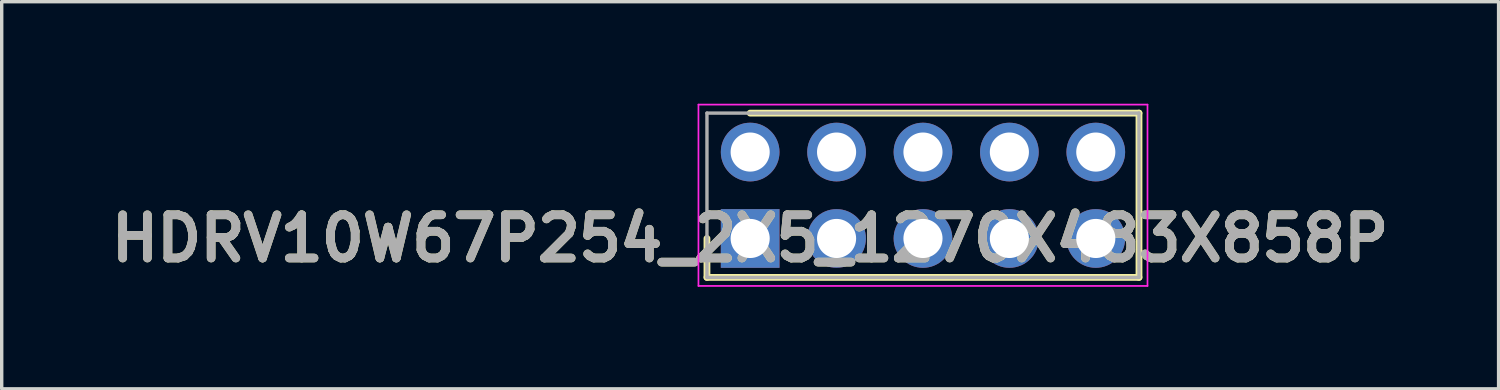
<source format=kicad_pcb>
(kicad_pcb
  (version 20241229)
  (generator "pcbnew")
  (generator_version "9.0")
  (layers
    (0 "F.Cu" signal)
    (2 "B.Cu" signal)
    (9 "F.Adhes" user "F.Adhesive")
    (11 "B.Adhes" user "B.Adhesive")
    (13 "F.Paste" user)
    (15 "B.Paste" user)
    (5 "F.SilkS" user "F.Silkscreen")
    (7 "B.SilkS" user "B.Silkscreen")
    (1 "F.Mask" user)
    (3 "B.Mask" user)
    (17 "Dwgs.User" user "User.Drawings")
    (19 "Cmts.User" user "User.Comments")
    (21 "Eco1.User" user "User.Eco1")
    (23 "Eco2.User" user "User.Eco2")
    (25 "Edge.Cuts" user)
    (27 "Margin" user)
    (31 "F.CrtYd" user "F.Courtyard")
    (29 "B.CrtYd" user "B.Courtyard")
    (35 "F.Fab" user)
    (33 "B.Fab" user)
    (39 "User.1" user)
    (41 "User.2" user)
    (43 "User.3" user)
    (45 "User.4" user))
  (footprint "HDRV10W67P254_2X5_1270X483X858P"
    (layer "F.Cu")
    (at 19.002 3.96)
    (property "Reference" "HDRV10W67P254_2X5_1270X483X858P" (at 0 0 0) (layer "F.SilkS") (effects (font (size 1.27 1.27) (thickness 0.254))))
    (attr through_hole)
    (fp_line (start -1.27 0) (end -1.27 1.145) (stroke (width 0.2) (type solid)) (layer "F.SilkS"))
    (fp_line (start -1.27 1.145) (end 11.43 1.145) (stroke (width 0.2) (type solid)) (layer "F.SilkS"))
    (fp_line (start 11.43 -3.685) (end 0 -3.685) (stroke (width 0.2) (type solid)) (layer "F.SilkS"))
    (fp_line (start 11.43 1.145) (end 11.43 -3.685) (stroke (width 0.2) (type solid)) (layer "F.SilkS"))
    (fp_line (start -1.52 -3.935) (end 11.68 -3.935) (stroke (width 0.05) (type solid)) (layer "F.CrtYd"))
    (fp_line (start -1.52 1.395) (end -1.52 -3.935) (stroke (width 0.05) (type solid)) (layer "F.CrtYd"))
    (fp_line (start 11.68 -3.935) (end 11.68 1.395) (stroke (width 0.05) (type solid)) (layer "F.CrtYd"))
    (fp_line (start 11.68 1.395) (end -1.52 1.395) (stroke (width 0.05) (type solid)) (layer "F.CrtYd"))
    (fp_line (start -1.27 -3.685) (end 11.43 -3.685) (stroke (width 0.1) (type solid)) (layer "F.Fab"))
    (fp_line (start -1.27 1.145) (end -1.27 -3.685) (stroke (width 0.1) (type solid)) (layer "F.Fab"))
    (fp_line (start 11.43 -3.685) (end 11.43 1.145) (stroke (width 0.1) (type solid)) (layer "F.Fab"))
    (fp_line (start 11.43 1.145) (end -1.27 1.145) (stroke (width 0.1) (type solid)) (layer "F.Fab"))
    (fp_text user "${REFERENCE}" (at 0 0 0) (layer "F.Fab") (effects (font (size 1.27 1.27) (thickness 0.254))))
    (pad "1" thru_hole rect (at 0 0) (size 1.725 1.725) (drill 1.15) (layers "*.Cu" "*.Mask"))
    (pad "2" thru_hole circle (at 0 -2.54) (size 1.725 1.725) (drill 1.15) (layers "*.Cu" "*.Mask"))
    (pad "3" thru_hole circle (at 2.54 0) (size 1.725 1.725) (drill 1.15) (layers "*.Cu" "*.Mask"))
    (pad "4" thru_hole circle (at 2.54 -2.54) (size 1.725 1.725) (drill 1.15) (layers "*.Cu" "*.Mask"))
    (pad "5" thru_hole circle (at 5.08 0) (size 1.725 1.725) (drill 1.15) (layers "*.Cu" "*.Mask"))
    (pad "6" thru_hole circle (at 5.08 -2.54) (size 1.725 1.725) (drill 1.15) (layers "*.Cu" "*.Mask"))
    (pad "7" thru_hole circle (at 7.62 0) (size 1.725 1.725) (drill 1.15) (layers "*.Cu" "*.Mask"))
    (pad "8" thru_hole circle (at 7.62 -2.54) (size 1.725 1.725) (drill 1.15) (layers "*.Cu" "*.Mask"))
    (pad "9" thru_hole circle (at 10.16 0) (size 1.725 1.725) (drill 1.15) (layers "*.Cu" "*.Mask"))
    (pad "10" thru_hole circle (at 10.16 -2.54) (size 1.725 1.725) (drill 1.15) (layers "*.Cu" "*.Mask")))
  (gr_rect
    (start -3 -3)
    (end 41.003 8.38)
    (stroke (width 0.1) (type default))
    (fill no)
    (layer "Edge.Cuts")))
</source>
